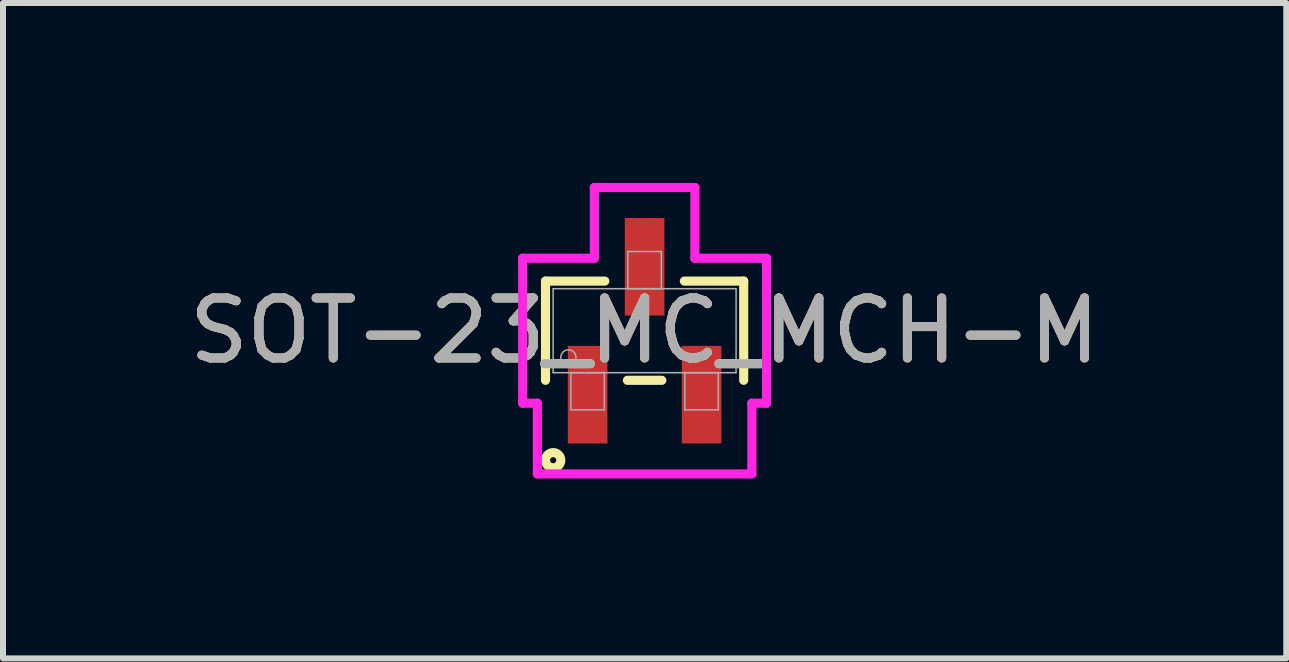
<source format=kicad_pcb>
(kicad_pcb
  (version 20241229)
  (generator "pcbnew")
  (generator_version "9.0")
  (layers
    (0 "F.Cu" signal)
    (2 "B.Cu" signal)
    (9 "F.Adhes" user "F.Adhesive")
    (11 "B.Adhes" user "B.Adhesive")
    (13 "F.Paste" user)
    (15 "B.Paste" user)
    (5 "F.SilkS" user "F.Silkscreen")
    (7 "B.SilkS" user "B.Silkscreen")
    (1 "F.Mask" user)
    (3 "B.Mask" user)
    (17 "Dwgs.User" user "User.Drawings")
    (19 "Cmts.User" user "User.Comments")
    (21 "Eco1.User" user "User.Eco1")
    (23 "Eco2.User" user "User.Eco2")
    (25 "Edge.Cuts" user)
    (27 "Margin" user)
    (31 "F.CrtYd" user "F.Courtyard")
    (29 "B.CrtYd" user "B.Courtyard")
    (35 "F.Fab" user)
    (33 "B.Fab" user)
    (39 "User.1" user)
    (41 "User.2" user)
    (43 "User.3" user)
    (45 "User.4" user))
  (footprint "SOT-23_MC_MCH-M"
    (layer "F.Cu")
    (at 7.696 2.463)
    (property "Reference" "SOT-23_MC_MCH-M" (at 0 0 0) (unlocked yes) (layer "F.SilkS") (effects (font (size 1 1) (thickness 0.15))))
    (attr smd)
    (fp_line (start -1.652 -0.827) (end -1.652 0.827) (stroke (width 0.152) (type solid)) (layer "F.SilkS"))
    (fp_line (start -0.663 -0.827) (end -1.652 -0.827) (stroke (width 0.152) (type solid)) (layer "F.SilkS"))
    (fp_line (start -0.287 0.827) (end 0.287 0.827) (stroke (width 0.152) (type solid)) (layer "F.SilkS"))
    (fp_line (start 1.652 -0.827) (end 0.663 -0.827) (stroke (width 0.152) (type solid)) (layer "F.SilkS"))
    (fp_line (start 1.652 0.827) (end 1.652 -0.827) (stroke (width 0.152) (type solid)) (layer "F.SilkS"))
    (fp_circle (center -1.524 2.159) (end -1.397 2.159) (stroke (width 0.152) (type solid)) (fill no) (layer "F.SilkS"))
    (fp_line (start -2.033 -1.208) (end -0.838 -1.208) (stroke (width 0.152) (type solid)) (layer "F.CrtYd"))
    (fp_line (start -2.033 1.208) (end -2.033 -1.208) (stroke (width 0.152) (type solid)) (layer "F.CrtYd"))
    (fp_line (start -2.033 1.208) (end -1.788 1.208) (stroke (width 0.152) (type solid)) (layer "F.CrtYd"))
    (fp_line (start -1.788 1.208) (end -1.788 2.387) (stroke (width 0.152) (type solid)) (layer "F.CrtYd"))
    (fp_line (start -1.788 2.387) (end 1.788 2.387) (stroke (width 0.152) (type solid)) (layer "F.CrtYd"))
    (fp_line (start -0.838 -2.387) (end 0.838 -2.387) (stroke (width 0.152) (type solid)) (layer "F.CrtYd"))
    (fp_line (start -0.838 -1.208) (end -0.838 -2.387) (stroke (width 0.152) (type solid)) (layer "F.CrtYd"))
    (fp_line (start 0.838 -1.208) (end 0.838 -2.387) (stroke (width 0.152) (type solid)) (layer "F.CrtYd"))
    (fp_line (start 1.788 1.208) (end 1.788 2.387) (stroke (width 0.152) (type solid)) (layer "F.CrtYd"))
    (fp_line (start 2.033 -1.208) (end 0.838 -1.208) (stroke (width 0.152) (type solid)) (layer "F.CrtYd"))
    (fp_line (start 2.033 -1.208) (end 2.033 1.208) (stroke (width 0.152) (type solid)) (layer "F.CrtYd"))
    (fp_line (start 2.033 1.208) (end 1.788 1.208) (stroke (width 0.152) (type solid)) (layer "F.CrtYd"))
    (fp_line (start -1.525 -0.7) (end -1.525 0.7) (stroke (width 0.025) (type solid)) (layer "F.Fab"))
    (fp_line (start -1.525 0.7) (end 1.525 0.7) (stroke (width 0.025) (type solid)) (layer "F.Fab"))
    (fp_line (start -1.229 0.7) (end -1.229 1.32) (stroke (width 0.025) (type solid)) (layer "F.Fab"))
    (fp_line (start -1.229 1.32) (end -0.671 1.32) (stroke (width 0.025) (type solid)) (layer "F.Fab"))
    (fp_line (start -0.671 0.7) (end -1.229 0.7) (stroke (width 0.025) (type solid)) (layer "F.Fab"))
    (fp_line (start -0.671 1.32) (end -0.671 0.7) (stroke (width 0.025) (type solid)) (layer "F.Fab"))
    (fp_line (start -0.279 -1.32) (end -0.279 -0.7) (stroke (width 0.025) (type solid)) (layer "F.Fab"))
    (fp_line (start -0.279 -0.7) (end 0.279 -0.7) (stroke (width 0.025) (type solid)) (layer "F.Fab"))
    (fp_line (start 0.279 -1.32) (end -0.279 -1.32) (stroke (width 0.025) (type solid)) (layer "F.Fab"))
    (fp_line (start 0.279 -0.7) (end 0.279 -1.32) (stroke (width 0.025) (type solid)) (layer "F.Fab"))
    (fp_line (start 0.671 0.7) (end 0.671 1.32) (stroke (width 0.025) (type solid)) (layer "F.Fab"))
    (fp_line (start 0.671 1.32) (end 1.229 1.32) (stroke (width 0.025) (type solid)) (layer "F.Fab"))
    (fp_line (start 1.229 0.7) (end 0.671 0.7) (stroke (width 0.025) (type solid)) (layer "F.Fab"))
    (fp_line (start 1.229 1.32) (end 1.229 0.7) (stroke (width 0.025) (type solid)) (layer "F.Fab"))
    (fp_line (start 1.525 -0.7) (end -1.525 -0.7) (stroke (width 0.025) (type solid)) (layer "F.Fab"))
    (fp_line (start 1.525 0.7) (end 1.525 -0.7) (stroke (width 0.025) (type solid)) (layer "F.Fab"))
    (fp_circle (center -1.271 0.446) (end -1.144 0.446) (stroke (width 0.025) (type solid)) (fill no) (layer "F.Fab"))
    (fp_text user "${REFERENCE}" (at 0 0 0) (unlocked yes) (layer "F.Fab") (effects (font (size 1 1) (thickness 0.15))))
    (pad "1" smd rect (at -0.95 1.066) (size 0.66 1.626) (layers "F.Cu" "F.Mask" "F.Paste"))
    (pad "2" smd rect (at 0.95 1.066) (size 0.66 1.626) (layers "F.Cu" "F.Mask" "F.Paste"))
    (pad "3" smd rect (at 0 -1.066) (size 0.66 1.626) (layers "F.Cu" "F.Mask" "F.Paste")))
  (gr_rect
    (start -3 -3)
    (end 18.393 7.926)
    (stroke (width 0.1) (type default))
    (fill no)
    (layer "Edge.Cuts")))
</source>
